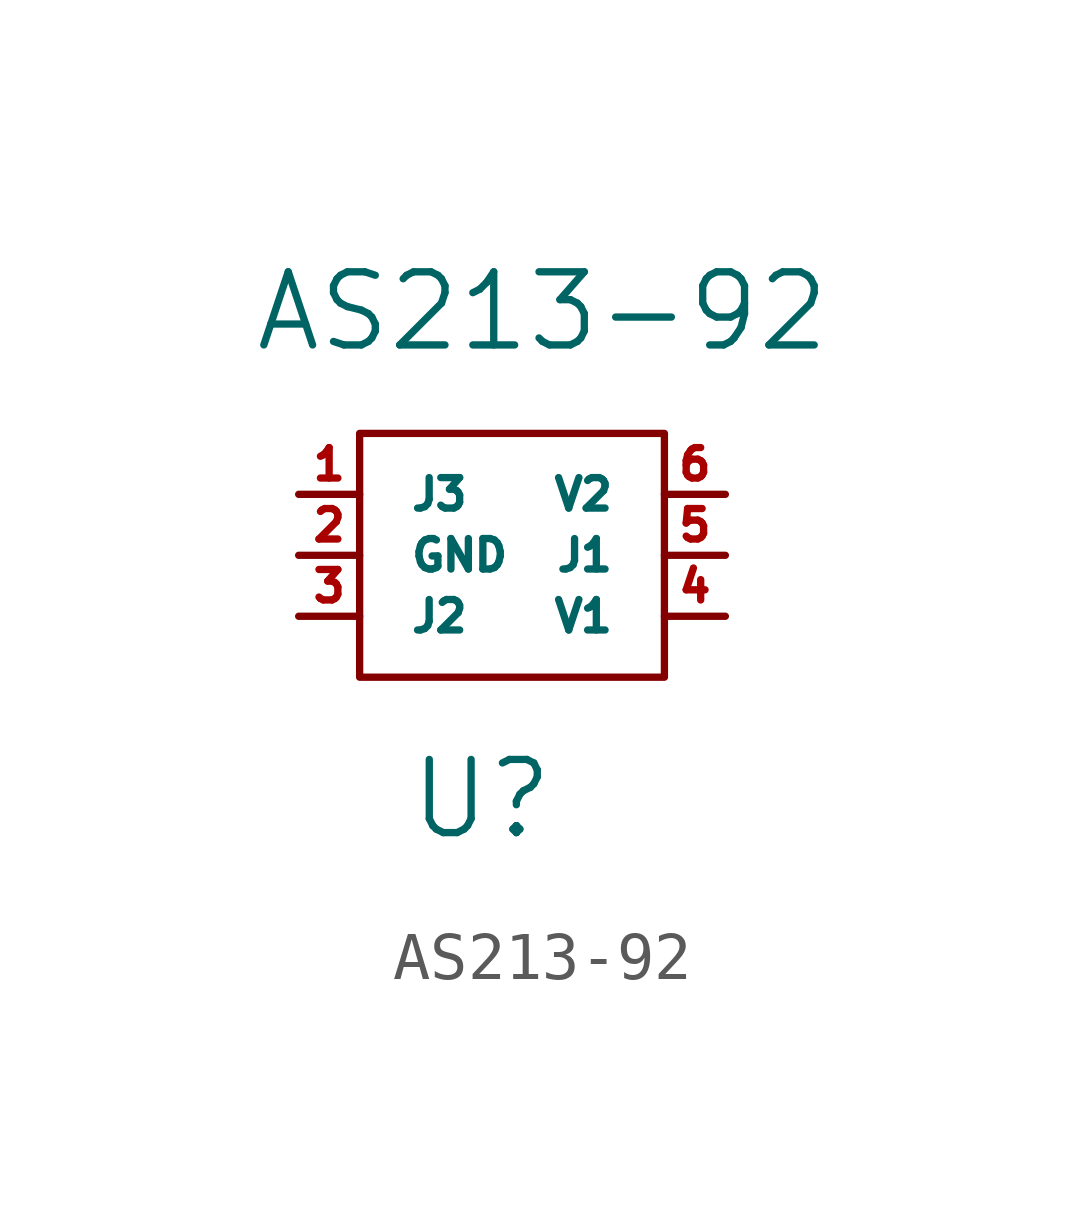
<source format=kicad_sym>
(kicad_symbol_lib
  (version 20241209)
  (generator "kicad_symbol_editor")
  (generator_version "9.0")
  (symbol "AS213-92"
    (pin_names
      (offset 1.016))
    (property "Reference" "U"
      (at -1.27 -5.08 0)
      (effects (font (size 1.524 1.524))))
    (property "Value" "AS213-92"
      (at 0 5.08 0)
      (effects (font (size 1.524 1.524))))
    (property "Datasheet" ""
      (at 0 -3.81 0)
      (effects (font (size 1.524 1.524))))
    (symbol "AS213-92_0_1"
      (rectangle (start -3.81 2.54) (end 2.54 -2.54) (stroke (width 0) (type solid)) (fill (type none))))
    (symbol "AS213-92_1_1"
      (pin bidirectional line (at -5.08 1.27 0) (length 1.27) (name "J3" (effects (font (size 0.635 0.635)))) (number "1" (effects (font (size 0.635 0.635)))))
      (pin power_in line (at -5.08 0 0) (length 1.27) (name "GND" (effects (font (size 0.635 0.635)))) (number "2" (effects (font (size 0.635 0.635)))))
      (pin bidirectional line (at -5.08 -1.27 0) (length 1.27) (name "J2" (effects (font (size 0.635 0.635)))) (number "3" (effects (font (size 0.635 0.635)))))
      (pin input line (at 3.81 1.27 180) (length 1.27) (name "V2" (effects (font (size 0.635 0.635)))) (number "6" (effects (font (size 0.635 0.635)))))
      (pin bidirectional line (at 3.81 0 180) (length 1.27) (name "J1" (effects (font (size 0.635 0.635)))) (number "5" (effects (font (size 0.635 0.635)))))
      (pin input line (at 3.81 -1.27 180) (length 1.27) (name "V1" (effects (font (size 0.635 0.635)))) (number "4" (effects (font (size 0.635 0.635))))))))
</source>
